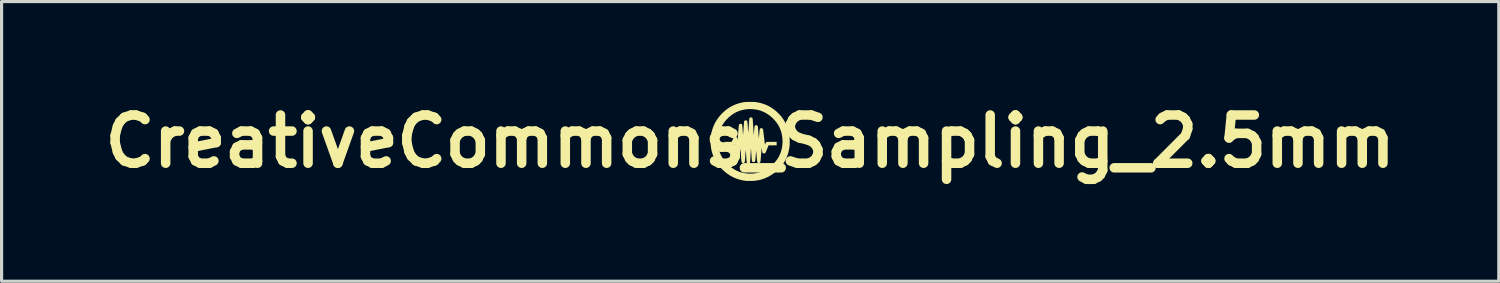
<source format=kicad_pcb>
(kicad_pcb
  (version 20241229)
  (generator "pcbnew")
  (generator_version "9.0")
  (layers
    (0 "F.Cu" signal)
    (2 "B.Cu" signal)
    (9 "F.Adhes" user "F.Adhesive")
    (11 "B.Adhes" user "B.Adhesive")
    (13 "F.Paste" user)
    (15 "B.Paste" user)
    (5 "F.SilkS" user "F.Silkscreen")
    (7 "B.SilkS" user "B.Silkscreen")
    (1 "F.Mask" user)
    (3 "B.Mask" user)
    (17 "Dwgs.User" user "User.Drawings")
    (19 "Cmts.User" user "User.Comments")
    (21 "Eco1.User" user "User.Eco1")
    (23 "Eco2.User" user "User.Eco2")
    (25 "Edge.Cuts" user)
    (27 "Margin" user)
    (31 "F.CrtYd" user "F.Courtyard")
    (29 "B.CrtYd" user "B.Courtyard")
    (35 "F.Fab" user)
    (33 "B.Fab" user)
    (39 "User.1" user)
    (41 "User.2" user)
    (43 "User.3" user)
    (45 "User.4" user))
  (footprint "CreativeCommons_Sampling_2.5mm"
    (layer "F.Cu")
    (at 20.654 1.418)
    (property "Reference" "CreativeCommons_Sampling_2.5mm" (at 0 0 0) (layer "F.SilkS") (effects (font (size 1.524 1.524) (thickness 0.3))))
    (attr board_only exclude_from_pos_files exclude_from_bom)
    (fp_poly (pts (xy 0.033 -1.248) (xy 0.074 -1.247) (xy 0.114 -1.246) (xy 0.148 -1.244) (xy 0.177 -1.242) (xy 0.195 -1.239) (xy 0.298 -1.22) (xy 0.394 -1.194) (xy 0.486 -1.161) (xy 0.573 -1.121) (xy 0.656 -1.074) (xy 0.737 -1.02) (xy 0.745 -1.014) (xy 0.831 -0.944) (xy 0.909 -0.87) (xy 0.979 -0.792) (xy 1.041 -0.708) (xy 1.096 -0.62) (xy 1.142 -0.527) (xy 1.181 -0.43) (xy 1.212 -0.329) (xy 1.235 -0.223) (xy 1.239 -0.2) (xy 1.242 -0.175) (xy 1.244 -0.144) (xy 1.246 -0.107) (xy 1.248 -0.066) (xy 1.249 -0.024) (xy 1.249 0.019) (xy 1.249 0.059) (xy 1.248 0.095) (xy 1.247 0.126) (xy 1.246 0.139) (xy 1.231 0.245) (xy 1.208 0.346) (xy 1.178 0.443) (xy 1.14 0.535) (xy 1.094 0.623) (xy 1.057 0.682) (xy 1.027 0.725) (xy 0.999 0.763) (xy 0.97 0.798) (xy 0.938 0.834) (xy 0.901 0.872) (xy 0.898 0.875) (xy 0.816 0.951) (xy 0.732 1.018) (xy 0.644 1.076) (xy 0.552 1.127) (xy 0.458 1.168) (xy 0.359 1.202) (xy 0.258 1.227) (xy 0.152 1.243) (xy 0.152 1.243) (xy 0.131 1.245) (xy 0.103 1.247) (xy 0.07 1.248) (xy 0.034 1.249) (xy -0.002 1.249) (xy -0.038 1.249) (xy -0.072 1.249) (xy -0.1 1.249) (xy -0.122 1.247) (xy -0.127 1.247) (xy -0.233 1.232) (xy -0.336 1.208) (xy -0.434 1.176) (xy -0.529 1.136) (xy -0.621 1.088) (xy -0.709 1.031) (xy -0.793 0.966) (xy -0.873 0.892) (xy -0.899 0.867) (xy -0.972 0.785) (xy -1.036 0.7) (xy -1.093 0.612) (xy -1.14 0.521) (xy -1.18 0.426) (xy -1.211 0.329) (xy -1.233 0.227) (xy -1.246 0.135) (xy -1.248 0.108) (xy -1.249 0.074) (xy -1.249 0.036) (xy -1.249 0.022) (xy -1.02 0.022) (xy -1.019 0.067) (xy -1.016 0.108) (xy -1.012 0.143) (xy -1.012 0.145) (xy -0.994 0.238) (xy -0.969 0.325) (xy -0.935 0.409) (xy -0.894 0.489) (xy -0.845 0.566) (xy -0.787 0.641) (xy -0.734 0.699) (xy -0.662 0.768) (xy -0.587 0.829) (xy -0.508 0.881) (xy -0.427 0.925) (xy -0.341 0.961) (xy -0.252 0.988) (xy -0.159 1.007) (xy -0.133 1.011) (xy -0.103 1.014) (xy -0.066 1.016) (xy -0.025 1.017) (xy 0.018 1.018) (xy 0.059 1.017) (xy 0.098 1.015) (xy 0.13 1.012) (xy 0.135 1.011) (xy 0.228 0.995) (xy 0.317 0.97) (xy 0.403 0.938) (xy 0.485 0.897) (xy 0.565 0.848) (xy 0.642 0.791) (xy 0.716 0.724) (xy 0.734 0.707) (xy 0.794 0.642) (xy 0.847 0.576) (xy 0.891 0.506) (xy 0.923 0.448) (xy 0.958 0.367) (xy 0.985 0.282) (xy 1.005 0.193) (xy 1.017 0.102) (xy 1.022 0.01) (xy 1.019 -0.083) (xy 1.008 -0.175) (xy 0.99 -0.265) (xy 0.963 -0.353) (xy 0.959 -0.364) (xy 0.926 -0.443) (xy 0.884 -0.519) (xy 0.835 -0.593) (xy 0.779 -0.663) (xy 0.717 -0.729) (xy 0.65 -0.79) (xy 0.578 -0.844) (xy 0.502 -0.892) (xy 0.462 -0.914) (xy 0.392 -0.947) (xy 0.321 -0.973) (xy 0.249 -0.994) (xy 0.173 -1.008) (xy 0.091 -1.018) (xy 0.089 -1.018) (xy -0.004 -1.022) (xy -0.097 -1.018) (xy -0.188 -1.005) (xy -0.277 -0.985) (xy -0.362 -0.957) (xy -0.444 -0.922) (xy -0.509 -0.886) (xy -0.585 -0.836) (xy -0.657 -0.778) (xy -0.725 -0.713) (xy -0.788 -0.643) (xy -0.844 -0.569) (xy -0.893 -0.492) (xy -0.921 -0.439) (xy -0.951 -0.371) (xy -0.976 -0.304) (xy -0.995 -0.235) (xy -1.009 -0.162) (xy -1.012 -0.145) (xy -1.016 -0.111) (xy -1.019 -0.07) (xy -1.02 -0.025) (xy -1.02 0.022) (xy -1.249 0.022) (xy -1.249 -0.006) (xy -1.248 -0.048) (xy -1.247 -0.09) (xy -1.245 -0.128) (xy -1.243 -0.162) (xy -1.24 -0.189) (xy -1.239 -0.195) (xy -1.218 -0.3) (xy -1.189 -0.401) (xy -1.152 -0.499) (xy -1.106 -0.593) (xy -1.052 -0.683) (xy -0.989 -0.77) (xy -0.919 -0.852) (xy -0.88 -0.893) (xy -0.801 -0.966) (xy -0.72 -1.03) (xy -0.634 -1.086) (xy -0.545 -1.133) (xy -0.451 -1.173) (xy -0.353 -1.205) (xy -0.25 -1.23) (xy -0.18 -1.242) (xy -0.157 -1.244) (xy -0.127 -1.246) (xy -0.092 -1.247) (xy -0.052 -1.248) (xy -0.01 -1.248)) (stroke (width 0) (type solid)) (fill yes) (layer "F.SilkS"))
    (fp_poly (pts (xy 0.047 -0.755) (xy 0.063 -0.744) (xy 0.074 -0.727) (xy 0.077 -0.719) (xy 0.078 -0.711) (xy 0.08 -0.696) (xy 0.082 -0.673) (xy 0.084 -0.643) (xy 0.086 -0.608) (xy 0.089 -0.568) (xy 0.092 -0.525) (xy 0.095 -0.479) (xy 0.096 -0.45) (xy 0.099 -0.403) (xy 0.102 -0.36) (xy 0.104 -0.32) (xy 0.106 -0.285) (xy 0.108 -0.255) (xy 0.11 -0.231) (xy 0.111 -0.215) (xy 0.112 -0.206) (xy 0.112 -0.205) (xy 0.113 -0.211) (xy 0.114 -0.225) (xy 0.116 -0.245) (xy 0.118 -0.271) (xy 0.121 -0.302) (xy 0.124 -0.335) (xy 0.125 -0.344) (xy 0.127 -0.378) (xy 0.131 -0.41) (xy 0.133 -0.437) (xy 0.136 -0.46) (xy 0.139 -0.476) (xy 0.14 -0.485) (xy 0.141 -0.486) (xy 0.151 -0.498) (xy 0.166 -0.508) (xy 0.183 -0.513) (xy 0.188 -0.514) (xy 0.207 -0.51) (xy 0.224 -0.501) (xy 0.236 -0.487) (xy 0.238 -0.485) (xy 0.24 -0.477) (xy 0.242 -0.462) (xy 0.245 -0.44) (xy 0.248 -0.41) (xy 0.251 -0.371) (xy 0.255 -0.325) (xy 0.257 -0.288) (xy 0.26 -0.248) (xy 0.263 -0.211) (xy 0.266 -0.178) (xy 0.268 -0.15) (xy 0.27 -0.128) (xy 0.272 -0.113) (xy 0.273 -0.105) (xy 0.273 -0.105) (xy 0.274 -0.109) (xy 0.276 -0.121) (xy 0.278 -0.14) (xy 0.28 -0.164) (xy 0.283 -0.193) (xy 0.286 -0.224) (xy 0.289 -0.266) (xy 0.292 -0.301) (xy 0.295 -0.328) (xy 0.297 -0.35) (xy 0.299 -0.365) (xy 0.301 -0.377) (xy 0.303 -0.386) (xy 0.306 -0.392) (xy 0.309 -0.396) (xy 0.313 -0.4) (xy 0.317 -0.404) (xy 0.326 -0.413) (xy 0.335 -0.417) (xy 0.345 -0.418) (xy 0.357 -0.417) (xy 0.38 -0.412) (xy 0.396 -0.402) (xy 0.404 -0.389) (xy 0.406 -0.382) (xy 0.408 -0.368) (xy 0.411 -0.347) (xy 0.414 -0.319) (xy 0.419 -0.285) (xy 0.423 -0.247) (xy 0.429 -0.205) (xy 0.434 -0.16) (xy 0.437 -0.137) (xy 0.466 0.105) (xy 0.479 0.072) (xy 0.486 0.054) (xy 0.495 0.038) (xy 0.502 0.028) (xy 0.503 0.027) (xy 0.514 0.016) (xy 0.675 0.015) (xy 0.836 0.013) (xy 0.836 0.123) (xy 0.58 0.125) (xy 0.533 0.241) (xy 0.517 0.279) (xy 0.504 0.31) (xy 0.493 0.334) (xy 0.484 0.352) (xy 0.476 0.365) (xy 0.468 0.373) (xy 0.46 0.379) (xy 0.452 0.381) (xy 0.442 0.382) (xy 0.44 0.382) (xy 0.425 0.38) (xy 0.412 0.377) (xy 0.41 0.376) (xy 0.4 0.37) (xy 0.393 0.363) (xy 0.387 0.352) (xy 0.382 0.337) (xy 0.378 0.316) (xy 0.374 0.288) (xy 0.373 0.278) (xy 0.37 0.254) (xy 0.367 0.233) (xy 0.364 0.217) (xy 0.363 0.208) (xy 0.362 0.206) (xy 0.362 0.21) (xy 0.36 0.223) (xy 0.359 0.242) (xy 0.356 0.268) (xy 0.354 0.299) (xy 0.351 0.334) (xy 0.348 0.373) (xy 0.346 0.392) (xy 0.342 0.448) (xy 0.338 0.495) (xy 0.335 0.534) (xy 0.332 0.566) (xy 0.329 0.593) (xy 0.327 0.613) (xy 0.325 0.63) (xy 0.323 0.642) (xy 0.322 0.65) (xy 0.32 0.656) (xy 0.318 0.661) (xy 0.316 0.664) (xy 0.315 0.665) (xy 0.301 0.676) (xy 0.285 0.684) (xy 0.273 0.686) (xy 0.256 0.683) (xy 0.24 0.674) (xy 0.227 0.663) (xy 0.225 0.658) (xy 0.222 0.651) (xy 0.22 0.637) (xy 0.217 0.616) (xy 0.214 0.588) (xy 0.211 0.552) (xy 0.207 0.507) (xy 0.203 0.466) (xy 0.2 0.427) (xy 0.197 0.39) (xy 0.195 0.358) (xy 0.192 0.331) (xy 0.19 0.31) (xy 0.189 0.295) (xy 0.188 0.288) (xy 0.188 0.288) (xy 0.187 0.292) (xy 0.186 0.305) (xy 0.185 0.325) (xy 0.182 0.35) (xy 0.18 0.381) (xy 0.177 0.416) (xy 0.175 0.45) (xy 0.171 0.496) (xy 0.168 0.534) (xy 0.165 0.564) (xy 0.163 0.589) (xy 0.16 0.607) (xy 0.157 0.621) (xy 0.153 0.631) (xy 0.149 0.638) (xy 0.144 0.643) (xy 0.138 0.647) (xy 0.136 0.648) (xy 0.116 0.654) (xy 0.096 0.654) (xy 0.078 0.647) (xy 0.063 0.636) (xy 0.055 0.622) (xy 0.054 0.614) (xy 0.052 0.599) (xy 0.05 0.576) (xy 0.048 0.547) (xy 0.045 0.513) (xy 0.043 0.475) (xy 0.04 0.434) (xy 0.038 0.405) (xy 0.035 0.363) (xy 0.033 0.325) (xy 0.03 0.291) (xy 0.028 0.262) (xy 0.027 0.238) (xy 0.025 0.222) (xy 0.024 0.213) (xy 0.024 0.211) (xy 0.024 0.218) (xy 0.023 0.232) (xy 0.021 0.254) (xy 0.02 0.281) (xy 0.018 0.314) (xy 0.016 0.352) (xy 0.013 0.392) (xy 0.011 0.423) (xy 0.008 0.476) (xy 0.006 0.522) (xy 0.004 0.56) (xy 0.002 0.591) (xy -0.000239 0.616) (xy -0.002 0.635) (xy -0.004 0.65) (xy -0.005 0.661) (xy -0.007 0.67) (xy -0.009 0.676) (xy -0.012 0.68) (xy -0.015 0.684) (xy -0.018 0.687) (xy -0.02 0.689) (xy -0.038 0.703) (xy -0.057 0.707) (xy -0.077 0.703) (xy -0.082 0.701) (xy -0.089 0.698) (xy -0.094 0.694) (xy -0.099 0.689) (xy -0.103 0.682) (xy -0.107 0.673) (xy -0.11 0.66) (xy -0.112 0.643) (xy -0.115 0.621) (xy -0.117 0.594) (xy -0.12 0.559) (xy -0.122 0.517) (xy -0.126 0.467) (xy -0.126 0.467) (xy -0.128 0.426) (xy -0.131 0.388) (xy -0.133 0.353) (xy -0.135 0.323) (xy -0.137 0.3) (xy -0.139 0.282) (xy -0.14 0.273) (xy -0.14 0.271) (xy -0.141 0.276) (xy -0.142 0.289) (xy -0.144 0.309) (xy -0.146 0.335) (xy -0.148 0.367) (xy -0.151 0.402) (xy -0.153 0.442) (xy -0.154 0.46) (xy -0.157 0.507) (xy -0.16 0.545) (xy -0.162 0.576) (xy -0.164 0.6) (xy -0.166 0.619) (xy -0.167 0.633) (xy -0.169 0.643) (xy -0.171 0.651) (xy -0.173 0.656) (xy -0.175 0.66) (xy -0.176 0.662) (xy -0.191 0.676) (xy -0.21 0.684) (xy -0.231 0.684) (xy -0.25 0.677) (xy -0.263 0.667) (xy -0.266 0.663) (xy -0.269 0.657) (xy -0.272 0.65) (xy -0.274 0.64) (xy -0.277 0.627) (xy -0.279 0.61) (xy -0.281 0.587) (xy -0.284 0.559) (xy -0.286 0.525) (xy -0.289 0.483) (xy -0.293 0.433) (xy -0.294 0.417) (xy -0.296 0.377) (xy -0.299 0.339) (xy -0.302 0.306) (xy -0.304 0.277) (xy -0.306 0.255) (xy -0.307 0.239) (xy -0.308 0.23) (xy -0.308 0.229) (xy -0.309 0.234) (xy -0.311 0.247) (xy -0.313 0.266) (xy -0.315 0.291) (xy -0.318 0.32) (xy -0.321 0.352) (xy -0.324 0.384) (xy -0.327 0.414) (xy -0.33 0.44) (xy -0.332 0.461) (xy -0.335 0.475) (xy -0.336 0.481) (xy -0.349 0.497) (xy -0.366 0.506) (xy -0.386 0.509) (xy -0.405 0.506) (xy -0.423 0.498) (xy -0.436 0.483) (xy -0.436 0.482) (xy -0.438 0.476) (xy -0.44 0.463) (xy -0.444 0.443) (xy -0.448 0.417) (xy -0.453 0.387) (xy -0.458 0.353) (xy -0.463 0.318) (xy -0.469 0.281) (xy -0.474 0.245) (xy -0.479 0.21) (xy -0.484 0.178) (xy -0.488 0.149) (xy -0.492 0.125) (xy -0.494 0.107) (xy -0.495 0.096) (xy -0.495 0.094) (xy -0.498 0.093) (xy -0.503 0.099) (xy -0.503 0.1) (xy -0.507 0.106) (xy -0.512 0.111) (xy -0.517 0.115) (xy -0.524 0.118) (xy -0.534 0.12) (xy -0.548 0.121) (xy -0.567 0.122) (xy -0.592 0.122) (xy -0.624 0.123) (xy -0.664 0.123) (xy -0.669 0.123) (xy -0.814 0.123) (xy -0.814 0.014) (xy -0.587 0.014) (xy -0.547 -0.067) (xy -0.533 -0.095) (xy -0.523 -0.115) (xy -0.515 -0.13) (xy -0.508 -0.14) (xy -0.503 -0.146) (xy -0.498 -0.15) (xy -0.492 -0.153) (xy -0.488 -0.154) (xy -0.474 -0.158) (xy -0.463 -0.158) (xy -0.449 -0.154) (xy -0.449 -0.154) (xy -0.435 -0.148) (xy -0.425 -0.138) (xy -0.417 -0.123) (xy -0.411 -0.101) (xy -0.408 -0.082) (xy -0.406 -0.071) (xy -0.404 -0.063) (xy -0.403 -0.057) (xy -0.402 -0.055) (xy -0.4 -0.057) (xy -0.399 -0.063) (xy -0.397 -0.075) (xy -0.395 -0.092) (xy -0.393 -0.115) (xy -0.39 -0.145) (xy -0.387 -0.182) (xy -0.383 -0.228) (xy -0.378 -0.281) (xy -0.377 -0.295) (xy -0.373 -0.339) (xy -0.37 -0.38) (xy -0.366 -0.418) (xy -0.363 -0.452) (xy -0.36 -0.48) (xy -0.358 -0.503) (xy -0.356 -0.517) (xy -0.355 -0.524) (xy -0.355 -0.524) (xy -0.344 -0.541) (xy -0.327 -0.553) (xy -0.307 -0.557) (xy -0.286 -0.555) (xy -0.281 -0.553) (xy -0.273 -0.55) (xy -0.267 -0.546) (xy -0.262 -0.541) (xy -0.258 -0.534) (xy -0.255 -0.524) (xy -0.252 -0.51) (xy -0.249 -0.492) (xy -0.246 -0.467) (xy -0.244 -0.436) (xy -0.241 -0.397) (xy -0.239 -0.366) (xy -0.236 -0.328) (xy -0.234 -0.293) (xy -0.231 -0.262) (xy -0.229 -0.235) (xy -0.228 -0.214) (xy -0.227 -0.201) (xy -0.227 -0.195) (xy -0.226 -0.198) (xy -0.225 -0.208) (xy -0.224 -0.226) (xy -0.222 -0.25) (xy -0.219 -0.281) (xy -0.216 -0.316) (xy -0.213 -0.356) (xy -0.21 -0.399) (xy -0.209 -0.41) (xy -0.193 -0.636) (xy -0.18 -0.65) (xy -0.163 -0.662) (xy -0.143 -0.667) (xy -0.123 -0.665) (xy -0.105 -0.656) (xy -0.095 -0.645) (xy -0.093 -0.642) (xy -0.091 -0.636) (xy -0.089 -0.629) (xy -0.087 -0.619) (xy -0.086 -0.604) (xy -0.084 -0.585) (xy -0.082 -0.561) (xy -0.08 -0.529) (xy -0.077 -0.491) (xy -0.074 -0.445) (xy -0.071 -0.401) (xy -0.068 -0.365) (xy -0.066 -0.335) (xy -0.065 -0.313) (xy -0.063 -0.297) (xy -0.061 -0.29) (xy -0.06 -0.29) (xy -0.058 -0.297) (xy -0.056 -0.313) (xy -0.054 -0.337) (xy -0.052 -0.37) (xy -0.05 -0.411) (xy -0.047 -0.46) (xy -0.043 -0.516) (xy -0.04 -0.574) (xy -0.036 -0.622) (xy -0.033 -0.662) (xy -0.031 -0.693) (xy -0.028 -0.714) (xy -0.026 -0.727) (xy -0.025 -0.73) (xy -0.015 -0.744) (xy 0.002 -0.754) (xy 0.022 -0.759) (xy 0.029 -0.759)) (stroke (width 0) (type solid)) (fill yes) (layer "F.SilkS")))
  (gr_rect
    (start -3 -3)
    (end 44.308 5.836)
    (stroke (width 0.1) (type default))
    (fill no)
    (layer "Edge.Cuts")))
</source>
